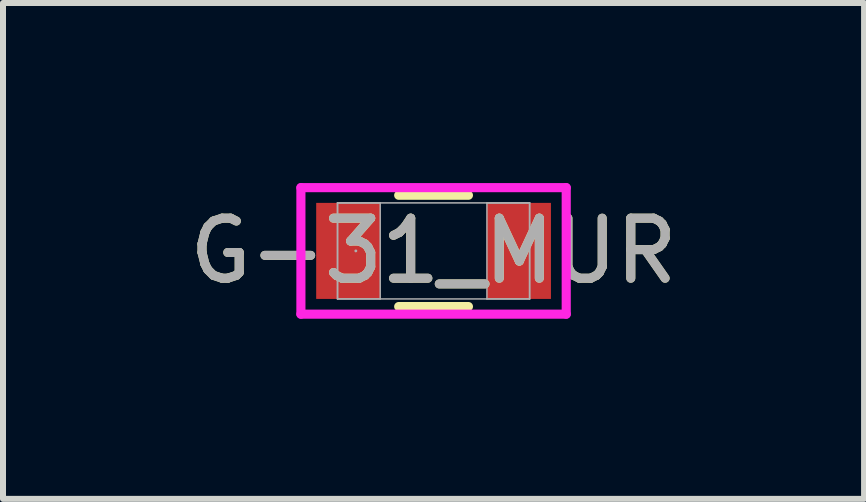
<source format=kicad_pcb>
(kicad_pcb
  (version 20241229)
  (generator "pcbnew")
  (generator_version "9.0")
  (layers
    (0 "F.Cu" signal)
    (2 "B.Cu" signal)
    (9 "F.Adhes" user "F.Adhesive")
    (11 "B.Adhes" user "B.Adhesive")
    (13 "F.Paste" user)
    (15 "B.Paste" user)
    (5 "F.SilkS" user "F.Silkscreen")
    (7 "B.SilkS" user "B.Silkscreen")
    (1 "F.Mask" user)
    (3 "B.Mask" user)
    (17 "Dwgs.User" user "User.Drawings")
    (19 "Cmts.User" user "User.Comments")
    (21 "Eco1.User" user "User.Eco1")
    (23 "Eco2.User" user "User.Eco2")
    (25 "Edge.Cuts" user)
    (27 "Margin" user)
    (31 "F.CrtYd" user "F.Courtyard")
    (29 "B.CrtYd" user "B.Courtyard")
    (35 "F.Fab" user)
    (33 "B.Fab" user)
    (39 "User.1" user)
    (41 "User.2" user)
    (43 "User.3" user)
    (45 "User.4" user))
  (footprint "G-31_MUR"
    (layer "F.Cu")
    (at 4.173 1.13)
    (property "Reference" "G-31_MUR" (at 0 0 0) (unlocked yes) (layer "F.SilkS") (effects (font (size 1 1) (thickness 0.15))))
    (attr smd)
    (fp_line (start -0.581 0.927) (end 0.581 0.927) (stroke (width 0.152) (type solid)) (layer "F.SilkS"))
    (fp_line (start 0.581 -0.927) (end -0.581 -0.927) (stroke (width 0.152) (type solid)) (layer "F.SilkS"))
    (fp_line (start -2.21 -1.054) (end 2.21 -1.054) (stroke (width 0.152) (type solid)) (layer "F.CrtYd"))
    (fp_line (start -2.21 1.054) (end -2.21 -1.054) (stroke (width 0.152) (type solid)) (layer "F.CrtYd"))
    (fp_line (start 2.21 -1.054) (end 2.21 1.054) (stroke (width 0.152) (type solid)) (layer "F.CrtYd"))
    (fp_line (start 2.21 1.054) (end -2.21 1.054) (stroke (width 0.152) (type solid)) (layer "F.CrtYd"))
    (fp_line (start -1.6 -0.8) (end -1.6 0.8) (stroke (width 0.025) (type solid)) (layer "F.Fab"))
    (fp_line (start -1.6 -0.8) (end -1.6 0.8) (stroke (width 0.025) (type solid)) (layer "F.Fab"))
    (fp_line (start -1.6 0.8) (end -0.889 0.8) (stroke (width 0.025) (type solid)) (layer "F.Fab"))
    (fp_line (start -1.6 0.8) (end 1.6 0.8) (stroke (width 0.025) (type solid)) (layer "F.Fab"))
    (fp_line (start -0.889 -0.8) (end -1.6 -0.8) (stroke (width 0.025) (type solid)) (layer "F.Fab"))
    (fp_line (start -0.889 0.8) (end -0.889 -0.8) (stroke (width 0.025) (type solid)) (layer "F.Fab"))
    (fp_line (start 0.889 -0.8) (end 0.889 0.8) (stroke (width 0.025) (type solid)) (layer "F.Fab"))
    (fp_line (start 0.889 0.8) (end 1.6 0.8) (stroke (width 0.025) (type solid)) (layer "F.Fab"))
    (fp_line (start 1.6 -0.8) (end -1.6 -0.8) (stroke (width 0.025) (type solid)) (layer "F.Fab"))
    (fp_line (start 1.6 -0.8) (end 0.889 -0.8) (stroke (width 0.025) (type solid)) (layer "F.Fab"))
    (fp_line (start 1.6 0.8) (end 1.6 -0.8) (stroke (width 0.025) (type solid)) (layer "F.Fab"))
    (fp_line (start 1.6 0.8) (end 1.6 -0.8) (stroke (width 0.025) (type solid)) (layer "F.Fab"))
    (fp_circle (center -1.295 0) (end -1.295 0) (stroke (width 0.025) (type solid)) (fill no) (layer "F.Fab"))
    (fp_text user "${REFERENCE}" (at 0 0 0) (unlocked yes) (layer "F.Fab") (effects (font (size 1 1) (thickness 0.15))))
    (pad "1" smd rect (at -1.422 0) (size 1.067 1.6) (layers "F.Cu" "F.Mask" "F.Paste"))
    (pad "2" smd rect (at 1.422 0) (size 1.067 1.6) (layers "F.Cu" "F.Mask" "F.Paste"))
    (zone (net_name "") (layer "F.Cu") (hatch full 0.508) (connect_pads) (min_thickness 0.254) (filled_areas_thickness no) (keepout (tracks not_allowed) (vias not_allowed) (pads allowed) (copperpour not_allowed) (footprints allowed)) (placement (enabled no)) (fill) (polygon (pts (xy 3.334 0.381) (xy 5.011 0.381) (xy 5.011 1.88) (xy 3.334 1.88)))))
  (gr_rect
    (start -3 -3)
    (end 11.345 5.261)
    (stroke (width 0.1) (type default))
    (fill no)
    (layer "Edge.Cuts")))
</source>
